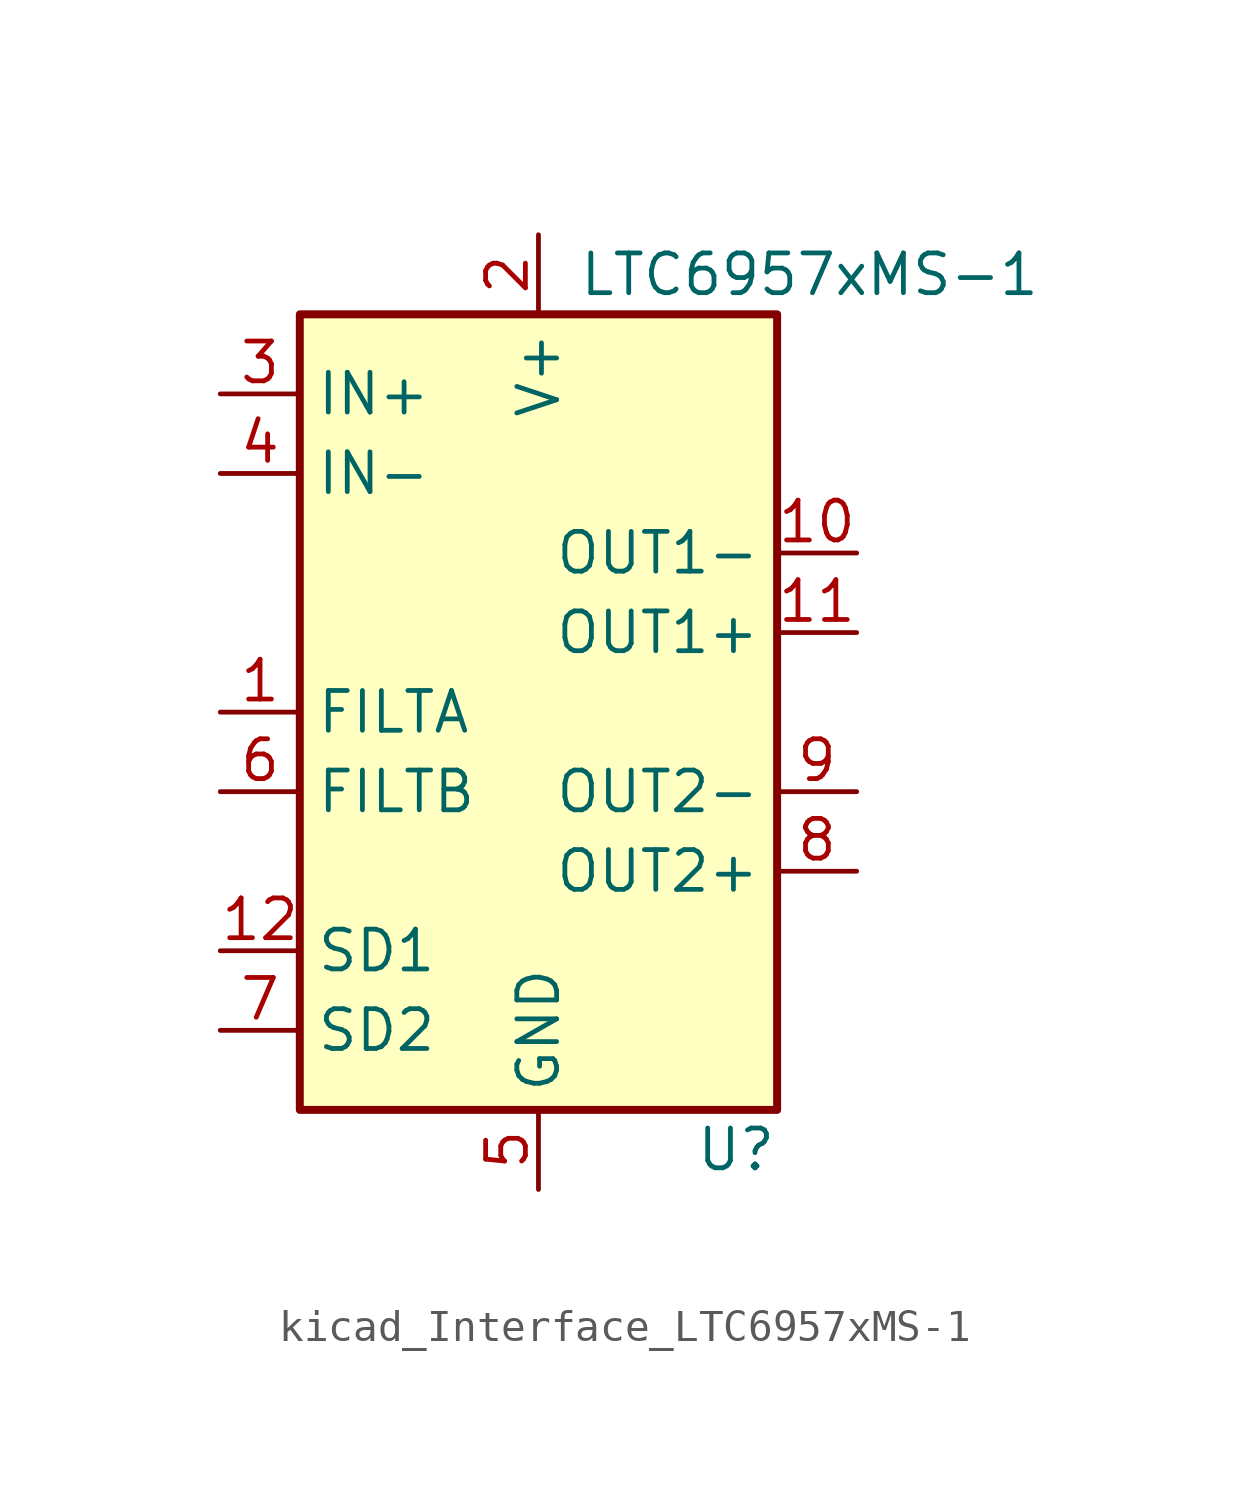
<source format=kicad_sym>
(kicad_symbol_lib
  (version 20220914)
  (generator kicad_symbol_editor)
  (symbol "kicad_Interface_LTC6957xMS-1"
    (property "Reference" "U"
      (at 7.62 -13.97 0)
      (effects (font (size 1.27 1.27)) (justify right)))
    (property "Value" "LTC6957xMS-1"
      (at 1.27 13.97 0)
      (effects (font (size 1.27 1.27)) (justify left)))
    (symbol "kicad_Interface_LTC6957xMS-1_0_1"
      (rectangle (start -7.62 12.7) (end 7.62 -12.7) (stroke (width 0.254) (type default)) (fill (type background))))
    (symbol "kicad_Interface_LTC6957xMS-1_1_1"
      (pin input line (at -10.16 0 0) (length 2.54) (name "FILTA" (effects (font (size 1.27 1.27)))) (number "1" (effects (font (size 1.27 1.27)))))
      (pin open_emitter line (at 10.16 5.08 180) (length 2.54) (name "OUT1-" (effects (font (size 1.27 1.27)))) (number "10" (effects (font (size 1.27 1.27)))))
      (pin open_emitter line (at 10.16 2.54 180) (length 2.54) (name "OUT1+" (effects (font (size 1.27 1.27)))) (number "11" (effects (font (size 1.27 1.27)))))
      (pin input line (at -10.16 -7.62 0) (length 2.54) (name "SD1" (effects (font (size 1.27 1.27)))) (number "12" (effects (font (size 1.27 1.27)))))
      (pin power_in line (at 0 15.24 270) (length 2.54) (name "V+" (effects (font (size 1.27 1.27)))) (number "2" (effects (font (size 1.27 1.27)))))
      (pin input line (at -10.16 10.16 0) (length 2.54) (name "IN+" (effects (font (size 1.27 1.27)))) (number "3" (effects (font (size 1.27 1.27)))))
      (pin input line (at -10.16 7.62 0) (length 2.54) (name "IN-" (effects (font (size 1.27 1.27)))) (number "4" (effects (font (size 1.27 1.27)))))
      (pin power_in line (at 0 -15.24 90) (length 2.54) (name "GND" (effects (font (size 1.27 1.27)))) (number "5" (effects (font (size 1.27 1.27)))))
      (pin input line (at -10.16 -2.54 0) (length 2.54) (name "FILTB" (effects (font (size 1.27 1.27)))) (number "6" (effects (font (size 1.27 1.27)))))
      (pin input line (at -10.16 -10.16 0) (length 2.54) (name "SD2" (effects (font (size 1.27 1.27)))) (number "7" (effects (font (size 1.27 1.27)))))
      (pin open_emitter line (at 10.16 -5.08 180) (length 2.54) (name "OUT2+" (effects (font (size 1.27 1.27)))) (number "8" (effects (font (size 1.27 1.27)))))
      (pin open_emitter line (at 10.16 -2.54 180) (length 2.54) (name "OUT2-" (effects (font (size 1.27 1.27)))) (number "9" (effects (font (size 1.27 1.27))))))))
</source>
